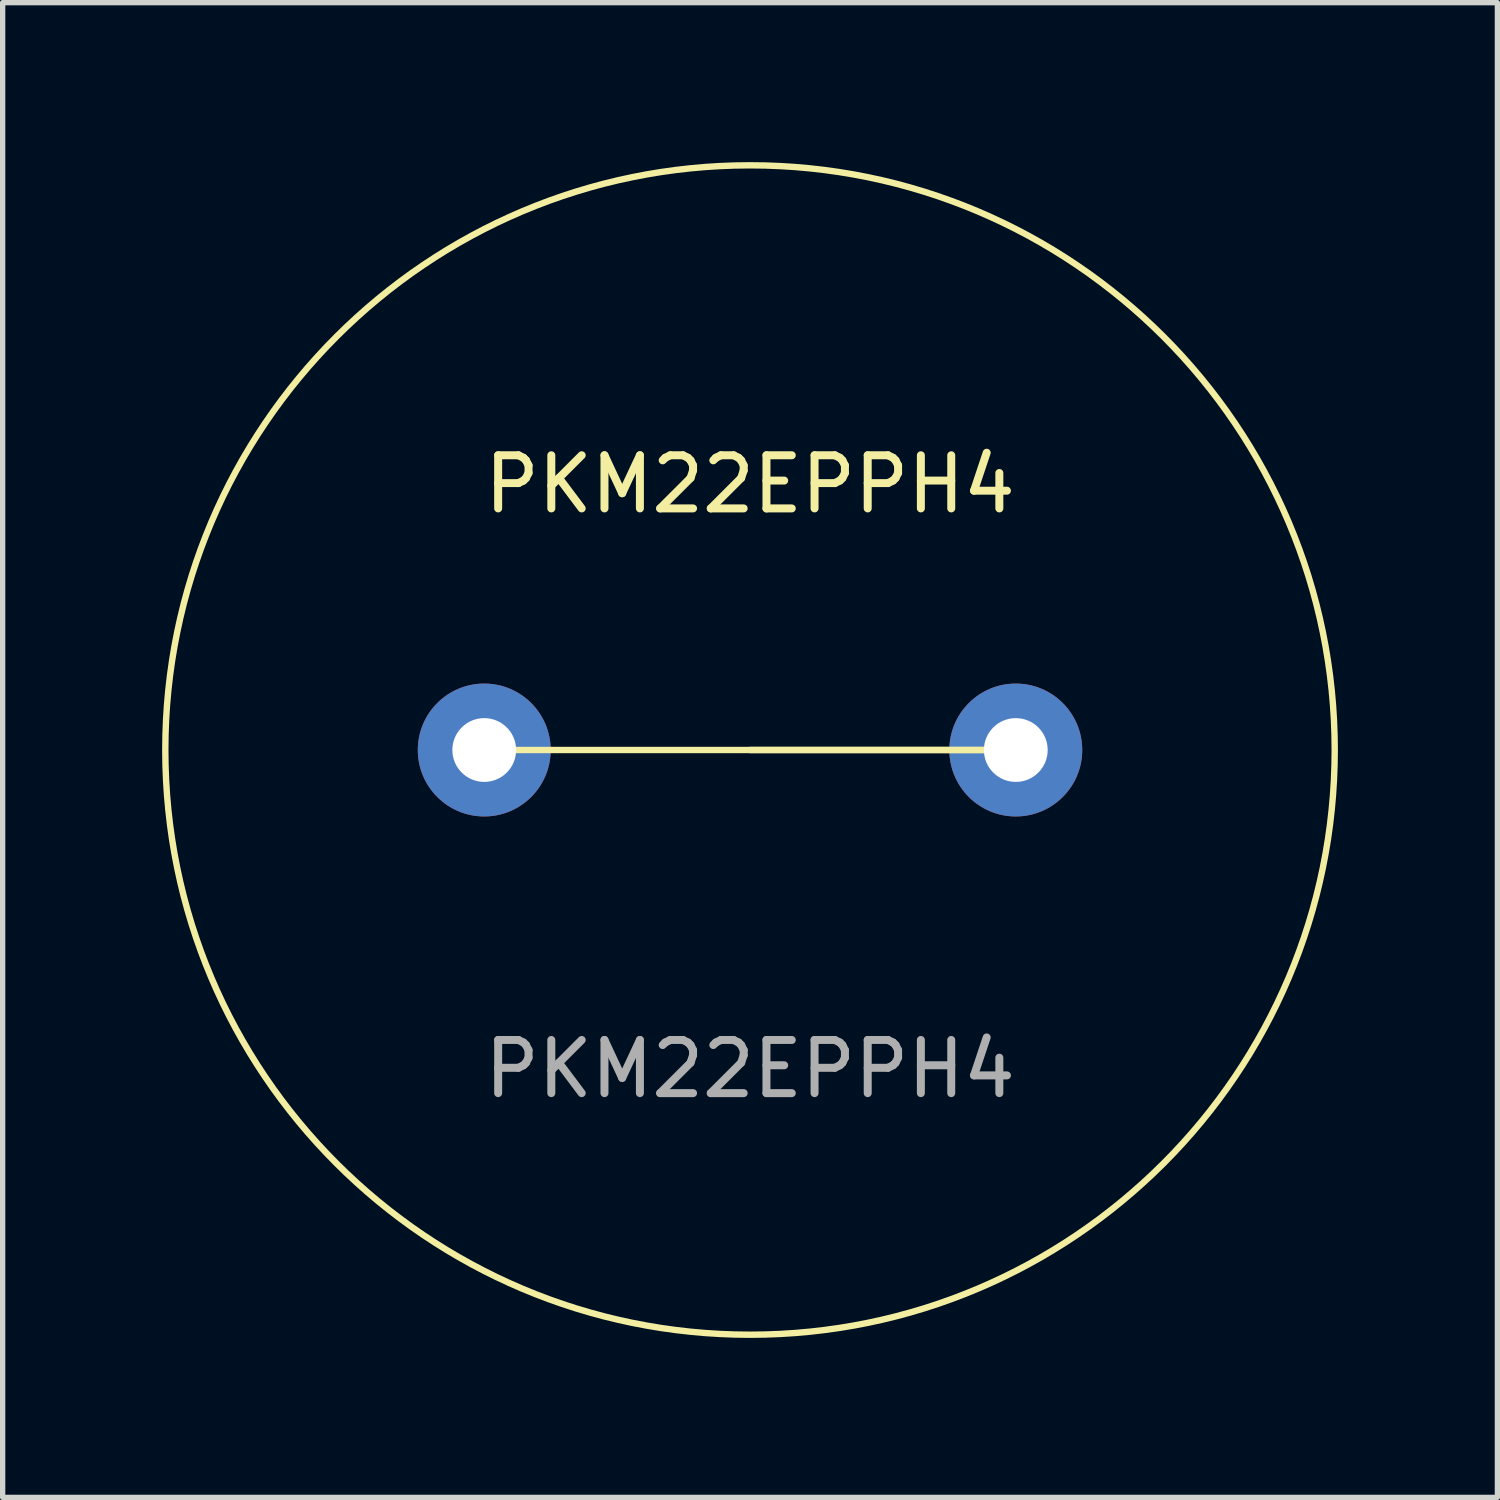
<source format=kicad_pcb>
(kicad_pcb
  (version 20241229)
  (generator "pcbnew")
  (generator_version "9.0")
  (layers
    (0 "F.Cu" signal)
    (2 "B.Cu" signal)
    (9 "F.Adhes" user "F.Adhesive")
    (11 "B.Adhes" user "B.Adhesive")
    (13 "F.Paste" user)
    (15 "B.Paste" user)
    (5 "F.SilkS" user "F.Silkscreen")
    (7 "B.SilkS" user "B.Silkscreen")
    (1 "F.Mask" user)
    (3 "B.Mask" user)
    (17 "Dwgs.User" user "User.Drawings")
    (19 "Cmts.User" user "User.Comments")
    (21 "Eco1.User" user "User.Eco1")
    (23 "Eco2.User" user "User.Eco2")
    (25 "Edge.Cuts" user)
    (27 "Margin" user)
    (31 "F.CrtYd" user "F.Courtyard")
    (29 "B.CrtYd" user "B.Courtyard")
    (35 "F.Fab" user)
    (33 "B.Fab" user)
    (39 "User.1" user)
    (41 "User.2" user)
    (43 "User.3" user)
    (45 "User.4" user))
  (footprint "PKM22EPPH4"
    (layer "F.Cu")
    (at 11.06 11.06)
    (property "Reference" "PKM22EPPH4" (at 0 -5 0) (unlocked yes) (layer "F.SilkS") (effects (font (size 1 1) (thickness 0.15))))
    (attr through_hole)
    (fp_line (start 0 0) (end 5 0) (stroke (width 0.12) (type solid)) (layer "F.SilkS"))
    (fp_line (start 5 0) (end -5 0) (stroke (width 0.12) (type solid)) (layer "F.SilkS"))
    (fp_circle (center 0 0) (end 11 0) (stroke (width 0.12) (type solid)) (fill no) (layer "F.SilkS"))
    (fp_text user "${REFERENCE}" (at 0 6 0) (unlocked yes) (layer "F.Fab") (effects (font (size 1 1) (thickness 0.15))))
    (pad "1" thru_hole circle (at -5 0) (size 2.5 2.5) (drill 1.2) (layers "*.Cu" "*.Mask"))
    (pad "2" thru_hole circle (at 5 0) (size 2.5 2.5) (drill 1.2) (layers "*.Cu" "*.Mask")))
  (gr_rect
    (start -3 -3)
    (end 25.12 25.12)
    (stroke (width 0.1) (type default))
    (fill no)
    (layer "Edge.Cuts")))
</source>
